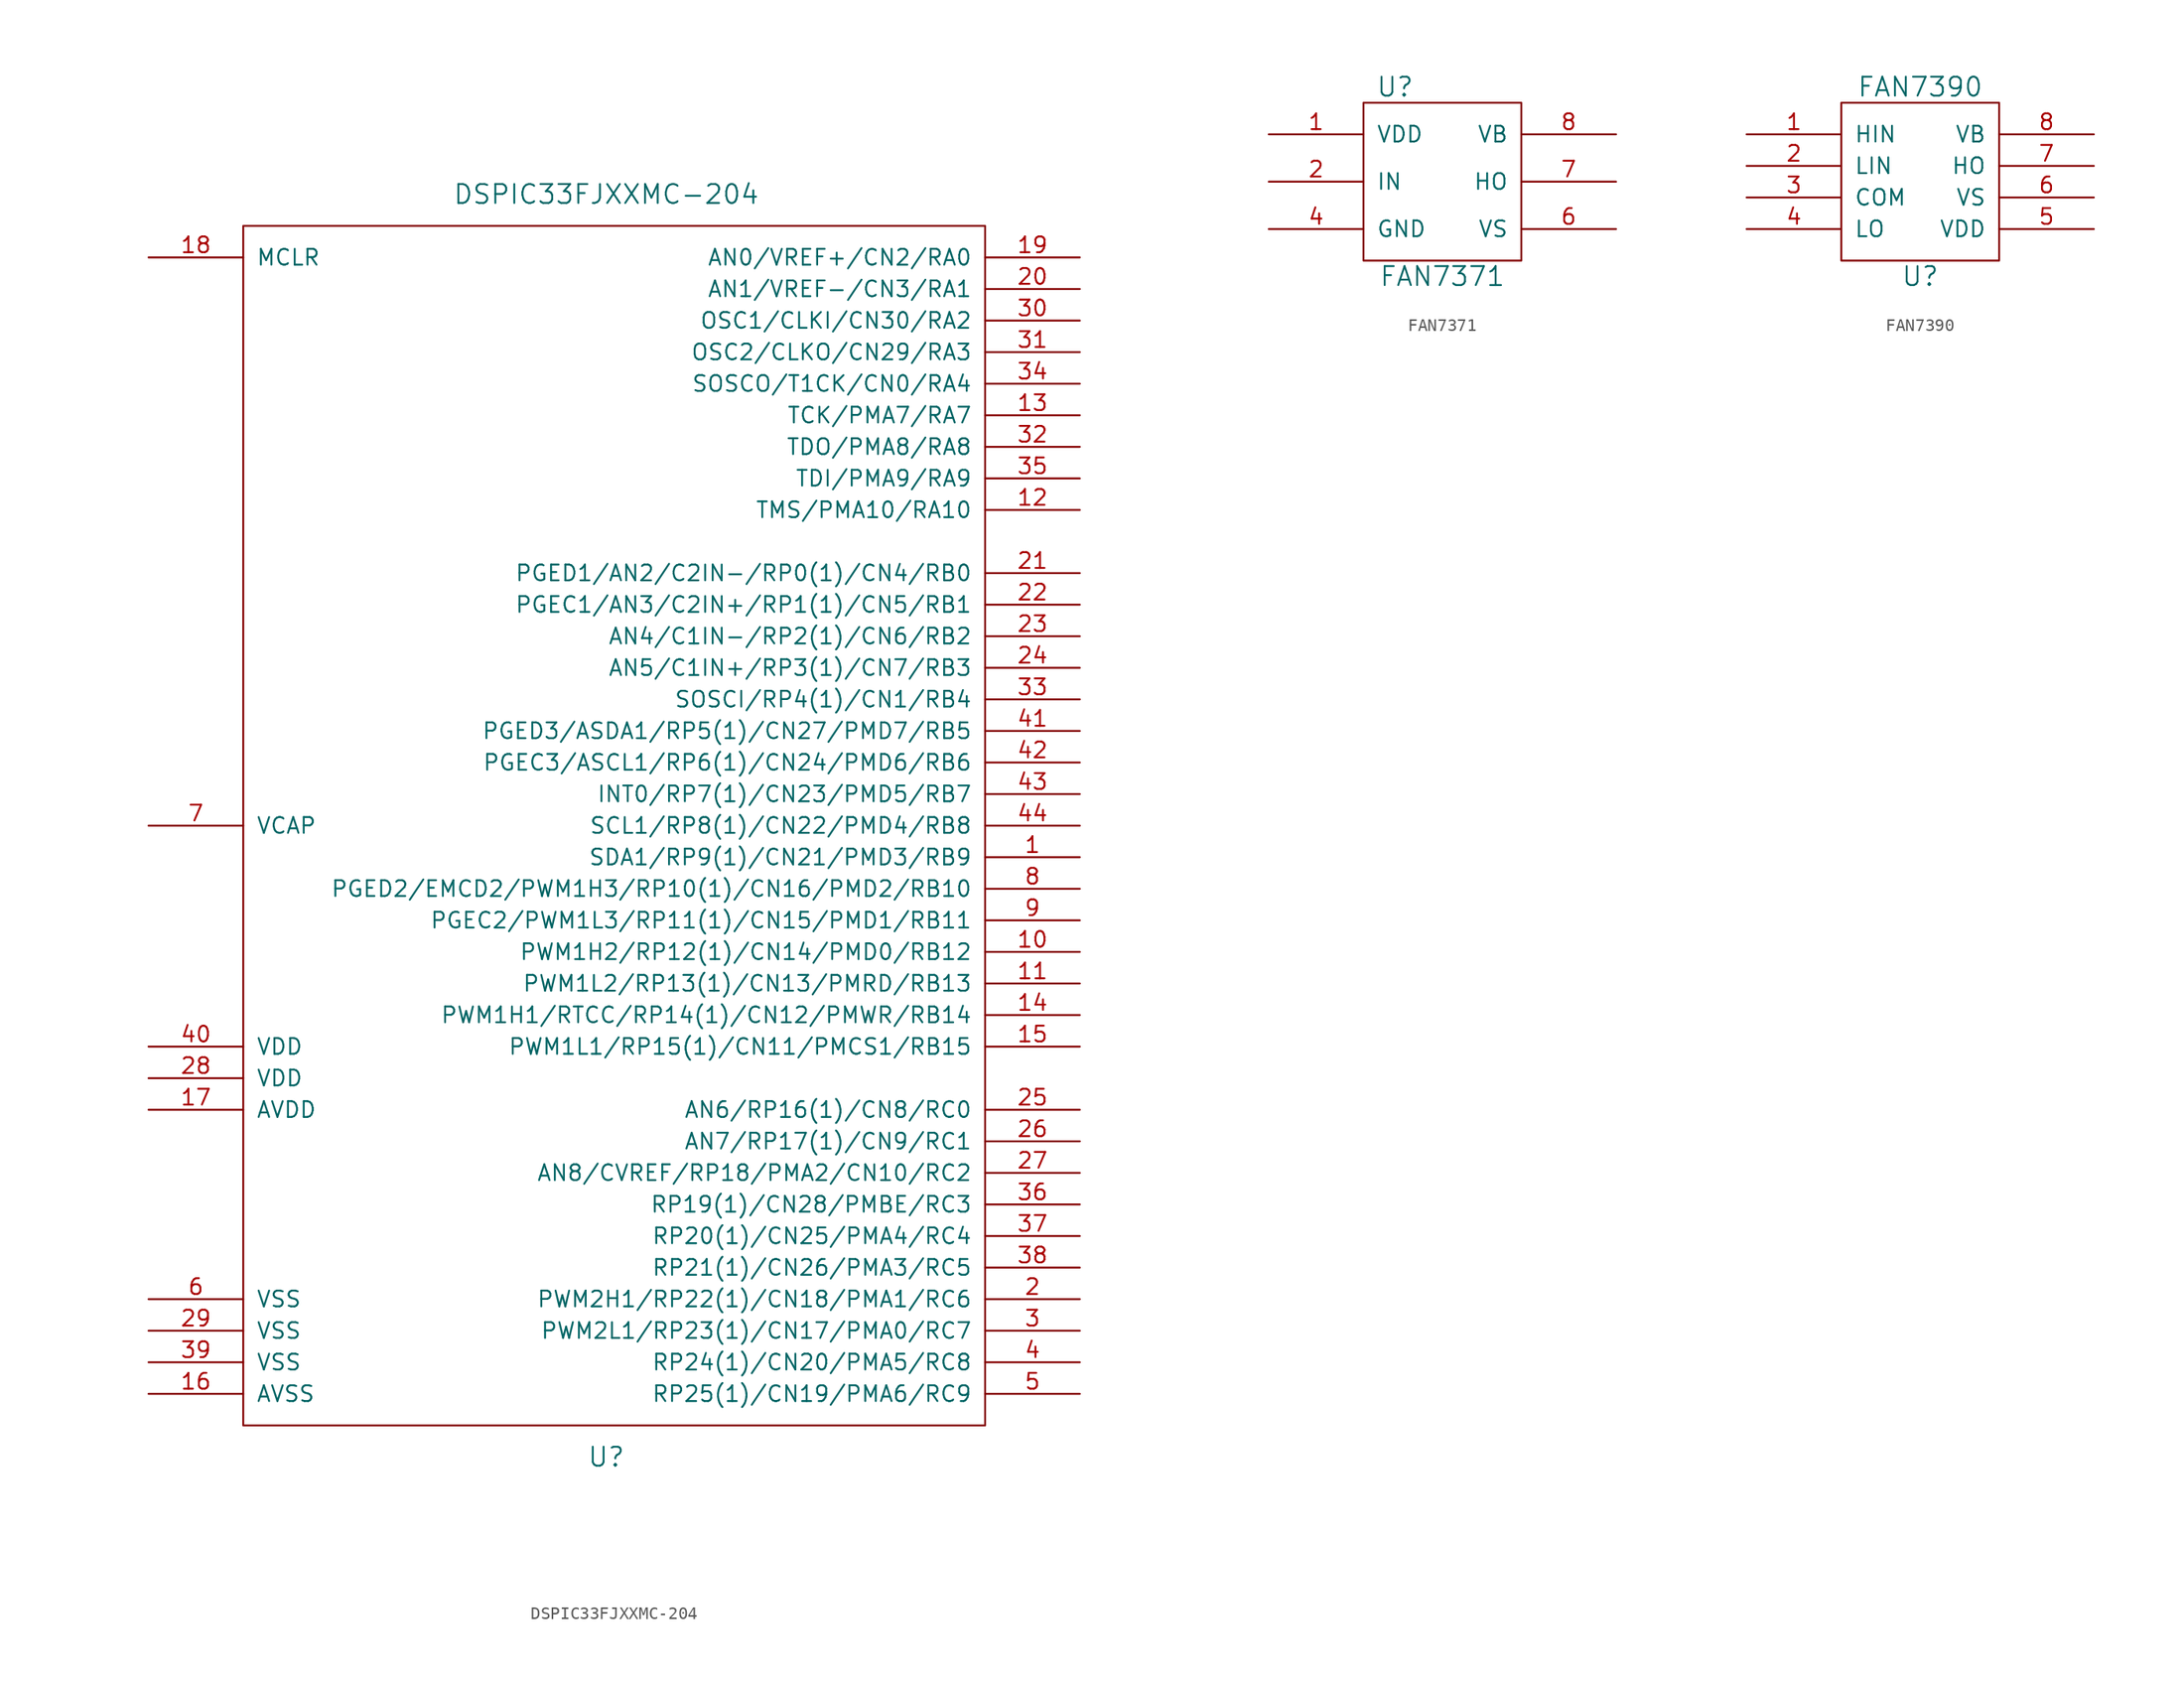
<source format=kicad_sym>
(kicad_symbol_lib
  (version 20220914)
  (generator kicad_symbol_editor)
  (symbol "DSPIC33FJXXMC-204"
    (pin_names
      (offset 1.016))
    (property "Reference" "U"
      (at -1.27 -50.8 0)
      (effects (font (size 1.524 1.524))))
    (property "Value" "DSPIC33FJXXMC-204"
      (at -1.27 50.8 0)
      (effects (font (size 1.524 1.524))))
    (property "Footprint" ""
      (at 0 0 0)
      (effects (font (size 1.524 1.524))))
    (property "Datasheet" ""
      (at 0 0 0)
      (effects (font (size 1.524 1.524))))
    (symbol "DSPIC33FJXXMC-204_0_1"
      (rectangle (start -30.48 48.26) (end 29.21 -48.26) (stroke (width 0) (type solid)) (fill (type none))))
    (symbol "DSPIC33FJXXMC-204_1_1"
      (pin bidirectional line (at 36.83 -2.54 180) (length 7.62) (name "SDA1/RP9(1)/CN21/PMD3/RB9" (effects (font (size 1.27 1.27)))) (number "1" (effects (font (size 1.27 1.27)))))
      (pin bidirectional line (at 36.83 -10.16 180) (length 7.62) (name "PWM1H2/RP12(1)/CN14/PMD0/RB12" (effects (font (size 1.27 1.27)))) (number "10" (effects (font (size 1.27 1.27)))))
      (pin bidirectional line (at 36.83 -12.7 180) (length 7.62) (name "PWM1L2/RP13(1)/CN13/PMRD/RB13" (effects (font (size 1.27 1.27)))) (number "11" (effects (font (size 1.27 1.27)))))
      (pin bidirectional line (at 36.83 25.4 180) (length 7.62) (name "TMS/PMA10/RA10" (effects (font (size 1.27 1.27)))) (number "12" (effects (font (size 1.27 1.27)))))
      (pin bidirectional line (at 36.83 33.02 180) (length 7.62) (name "TCK/PMA7/RA7" (effects (font (size 1.27 1.27)))) (number "13" (effects (font (size 1.27 1.27)))))
      (pin bidirectional line (at 36.83 -15.24 180) (length 7.62) (name "PWM1H1/RTCC/RP14(1)/CN12/PMWR/RB14" (effects (font (size 1.27 1.27)))) (number "14" (effects (font (size 1.27 1.27)))))
      (pin bidirectional line (at 36.83 -17.78 180) (length 7.62) (name "PWM1L1/RP15(1)/CN11/PMCS1/RB15" (effects (font (size 1.27 1.27)))) (number "15" (effects (font (size 1.27 1.27)))))
      (pin power_in line (at -38.1 -45.72 0) (length 7.62) (name "AVSS" (effects (font (size 1.27 1.27)))) (number "16" (effects (font (size 1.27 1.27)))))
      (pin power_in line (at -38.1 -22.86 0) (length 7.62) (name "AVDD" (effects (font (size 1.27 1.27)))) (number "17" (effects (font (size 1.27 1.27)))))
      (pin input line (at -38.1 45.72 0) (length 7.62) (name "MCLR" (effects (font (size 1.27 1.27)))) (number "18" (effects (font (size 1.27 1.27)))))
      (pin bidirectional line (at 36.83 45.72 180) (length 7.62) (name "AN0/VREF+/CN2/RA0" (effects (font (size 1.27 1.27)))) (number "19" (effects (font (size 1.27 1.27)))))
      (pin bidirectional line (at 36.83 -38.1 180) (length 7.62) (name "PWM2H1/RP22(1)/CN18/PMA1/RC6" (effects (font (size 1.27 1.27)))) (number "2" (effects (font (size 1.27 1.27)))))
      (pin bidirectional line (at 36.83 43.18 180) (length 7.62) (name "AN1/VREF-/CN3/RA1" (effects (font (size 1.27 1.27)))) (number "20" (effects (font (size 1.27 1.27)))))
      (pin bidirectional line (at 36.83 20.32 180) (length 7.62) (name "PGED1/AN2/C2IN-/RP0(1)/CN4/RB0" (effects (font (size 1.27 1.27)))) (number "21" (effects (font (size 1.27 1.27)))))
      (pin bidirectional line (at 36.83 17.78 180) (length 7.62) (name "PGEC1/AN3/C2IN+/RP1(1)/CN5/RB1" (effects (font (size 1.27 1.27)))) (number "22" (effects (font (size 1.27 1.27)))))
      (pin bidirectional line (at 36.83 15.24 180) (length 7.62) (name "AN4/C1IN-/RP2(1)/CN6/RB2" (effects (font (size 1.27 1.27)))) (number "23" (effects (font (size 1.27 1.27)))))
      (pin bidirectional line (at 36.83 12.7 180) (length 7.62) (name "AN5/C1IN+/RP3(1)/CN7/RB3" (effects (font (size 1.27 1.27)))) (number "24" (effects (font (size 1.27 1.27)))))
      (pin bidirectional line (at 36.83 -22.86 180) (length 7.62) (name "AN6/RP16(1)/CN8/RC0" (effects (font (size 1.27 1.27)))) (number "25" (effects (font (size 1.27 1.27)))))
      (pin bidirectional line (at 36.83 -25.4 180) (length 7.62) (name "AN7/RP17(1)/CN9/RC1" (effects (font (size 1.27 1.27)))) (number "26" (effects (font (size 1.27 1.27)))))
      (pin bidirectional line (at 36.83 -27.94 180) (length 7.62) (name "AN8/CVREF/RP18/PMA2/CN10/RC2" (effects (font (size 1.27 1.27)))) (number "27" (effects (font (size 1.27 1.27)))))
      (pin power_in line (at -38.1 -20.32 0) (length 7.62) (name "VDD" (effects (font (size 1.27 1.27)))) (number "28" (effects (font (size 1.27 1.27)))))
      (pin power_in line (at -38.1 -40.64 0) (length 7.62) (name "VSS" (effects (font (size 1.27 1.27)))) (number "29" (effects (font (size 1.27 1.27)))))
      (pin bidirectional line (at 36.83 -40.64 180) (length 7.62) (name "PWM2L1/RP23(1)/CN17/PMA0/RC7" (effects (font (size 1.27 1.27)))) (number "3" (effects (font (size 1.27 1.27)))))
      (pin bidirectional line (at 36.83 40.64 180) (length 7.62) (name "OSC1/CLKI/CN30/RA2" (effects (font (size 1.27 1.27)))) (number "30" (effects (font (size 1.27 1.27)))))
      (pin bidirectional line (at 36.83 38.1 180) (length 7.62) (name "OSC2/CLKO/CN29/RA3" (effects (font (size 1.27 1.27)))) (number "31" (effects (font (size 1.27 1.27)))))
      (pin bidirectional line (at 36.83 30.48 180) (length 7.62) (name "TDO/PMA8/RA8" (effects (font (size 1.27 1.27)))) (number "32" (effects (font (size 1.27 1.27)))))
      (pin bidirectional line (at 36.83 10.16 180) (length 7.62) (name "SOSCI/RP4(1)/CN1/RB4" (effects (font (size 1.27 1.27)))) (number "33" (effects (font (size 1.27 1.27)))))
      (pin bidirectional line (at 36.83 35.56 180) (length 7.62) (name "SOSCO/T1CK/CN0/RA4" (effects (font (size 1.27 1.27)))) (number "34" (effects (font (size 1.27 1.27)))))
      (pin bidirectional line (at 36.83 27.94 180) (length 7.62) (name "TDI/PMA9/RA9" (effects (font (size 1.27 1.27)))) (number "35" (effects (font (size 1.27 1.27)))))
      (pin bidirectional line (at 36.83 -30.48 180) (length 7.62) (name "RP19(1)/CN28/PMBE/RC3" (effects (font (size 1.27 1.27)))) (number "36" (effects (font (size 1.27 1.27)))))
      (pin bidirectional line (at 36.83 -33.02 180) (length 7.62) (name "RP20(1)/CN25/PMA4/RC4" (effects (font (size 1.27 1.27)))) (number "37" (effects (font (size 1.27 1.27)))))
      (pin bidirectional line (at 36.83 -35.56 180) (length 7.62) (name "RP21(1)/CN26/PMA3/RC5" (effects (font (size 1.27 1.27)))) (number "38" (effects (font (size 1.27 1.27)))))
      (pin power_in line (at -38.1 -43.18 0) (length 7.62) (name "VSS" (effects (font (size 1.27 1.27)))) (number "39" (effects (font (size 1.27 1.27)))))
      (pin bidirectional line (at 36.83 -43.18 180) (length 7.62) (name "RP24(1)/CN20/PMA5/RC8" (effects (font (size 1.27 1.27)))) (number "4" (effects (font (size 1.27 1.27)))))
      (pin power_in line (at -38.1 -17.78 0) (length 7.62) (name "VDD" (effects (font (size 1.27 1.27)))) (number "40" (effects (font (size 1.27 1.27)))))
      (pin bidirectional line (at 36.83 7.62 180) (length 7.62) (name "PGED3/ASDA1/RP5(1)/CN27/PMD7/RB5" (effects (font (size 1.27 1.27)))) (number "41" (effects (font (size 1.27 1.27)))))
      (pin bidirectional line (at 36.83 5.08 180) (length 7.62) (name "PGEC3/ASCL1/RP6(1)/CN24/PMD6/RB6" (effects (font (size 1.27 1.27)))) (number "42" (effects (font (size 1.27 1.27)))))
      (pin bidirectional line (at 36.83 2.54 180) (length 7.62) (name "INT0/RP7(1)/CN23/PMD5/RB7" (effects (font (size 1.27 1.27)))) (number "43" (effects (font (size 1.27 1.27)))))
      (pin bidirectional line (at 36.83 0 180) (length 7.62) (name "SCL1/RP8(1)/CN22/PMD4/RB8" (effects (font (size 1.27 1.27)))) (number "44" (effects (font (size 1.27 1.27)))))
      (pin bidirectional line (at 36.83 -45.72 180) (length 7.62) (name "RP25(1)/CN19/PMA6/RC9" (effects (font (size 1.27 1.27)))) (number "5" (effects (font (size 1.27 1.27)))))
      (pin power_in line (at -38.1 -38.1 0) (length 7.62) (name "VSS" (effects (font (size 1.27 1.27)))) (number "6" (effects (font (size 1.27 1.27)))))
      (pin output line (at -38.1 0 0) (length 7.62) (name "VCAP" (effects (font (size 1.27 1.27)))) (number "7" (effects (font (size 1.27 1.27)))))
      (pin bidirectional line (at 36.83 -5.08 180) (length 7.62) (name "PGED2/EMCD2/PWM1H3/RP10(1)/CN16/PMD2/RB10" (effects (font (size 1.27 1.27)))) (number "8" (effects (font (size 1.27 1.27)))))
      (pin bidirectional line (at 36.83 -7.62 180) (length 7.62) (name "PGEC2/PWM1L3/RP11(1)/CN15/PMD1/RB11" (effects (font (size 1.27 1.27)))) (number "9" (effects (font (size 1.27 1.27)))))))
  (symbol "FAN7371"
    (pin_names
      (offset 1.016))
    (property "Reference" "U"
      (at -3.81 7.62 0)
      (effects (font (size 1.524 1.524))))
    (property "Value" "FAN7371"
      (at 0 -7.62 0)
      (effects (font (size 1.524 1.524))))
    (property "Footprint" ""
      (at 0 0 0)
      (effects (font (size 1.524 1.524))))
    (property "Datasheet" ""
      (at 0 0 0)
      (effects (font (size 1.524 1.524))))
    (symbol "FAN7371_0_1"
      (rectangle (start -6.35 6.35) (end 6.35 -6.35) (stroke (width 0) (type solid)) (fill (type none))))
    (symbol "FAN7371_1_1"
      (pin input line (at -13.97 3.81 0) (length 7.62) (name "VDD" (effects (font (size 1.27 1.27)))) (number "1" (effects (font (size 1.27 1.27)))))
      (pin input line (at -13.97 0 0) (length 7.62) (name "IN" (effects (font (size 1.27 1.27)))) (number "2" (effects (font (size 1.27 1.27)))))
      (pin input line (at -13.97 -3.81 0) (length 7.62) (name "GND" (effects (font (size 1.27 1.27)))) (number "4" (effects (font (size 1.27 1.27)))))
      (pin input line (at 13.97 -3.81 180) (length 7.62) (name "VS" (effects (font (size 1.27 1.27)))) (number "6" (effects (font (size 1.27 1.27)))))
      (pin input line (at 13.97 0 180) (length 7.62) (name "HO" (effects (font (size 1.27 1.27)))) (number "7" (effects (font (size 1.27 1.27)))))
      (pin input line (at 13.97 3.81 180) (length 7.62) (name "VB" (effects (font (size 1.27 1.27)))) (number "8" (effects (font (size 1.27 1.27)))))))
  (symbol "FAN7390"
    (pin_names
      (offset 1.016))
    (property "Reference" "U"
      (at 0 -7.62 0)
      (effects (font (size 1.524 1.524))))
    (property "Value" "FAN7390"
      (at 0 7.62 0)
      (effects (font (size 1.524 1.524))))
    (property "Footprint" ""
      (at 0 0 0)
      (effects (font (size 1.524 1.524))))
    (property "Datasheet" ""
      (at 0 0 0)
      (effects (font (size 1.524 1.524))))
    (symbol "FAN7390_0_1"
      (rectangle (start -6.35 6.35) (end 6.35 -6.35) (stroke (width 0) (type solid)) (fill (type none))))
    (symbol "FAN7390_1_1"
      (pin input line (at -13.97 3.81 0) (length 7.62) (name "HIN" (effects (font (size 1.27 1.27)))) (number "1" (effects (font (size 1.27 1.27)))))
      (pin input line (at -13.97 1.27 0) (length 7.62) (name "LIN" (effects (font (size 1.27 1.27)))) (number "2" (effects (font (size 1.27 1.27)))))
      (pin power_in line (at -13.97 -1.27 0) (length 7.62) (name "COM" (effects (font (size 1.27 1.27)))) (number "3" (effects (font (size 1.27 1.27)))))
      (pin output line (at -13.97 -3.81 0) (length 7.62) (name "LO" (effects (font (size 1.27 1.27)))) (number "4" (effects (font (size 1.27 1.27)))))
      (pin power_in line (at 13.97 -3.81 180) (length 7.62) (name "VDD" (effects (font (size 1.27 1.27)))) (number "5" (effects (font (size 1.27 1.27)))))
      (pin input line (at 13.97 -1.27 180) (length 7.62) (name "VS" (effects (font (size 1.27 1.27)))) (number "6" (effects (font (size 1.27 1.27)))))
      (pin output line (at 13.97 1.27 180) (length 7.62) (name "HO" (effects (font (size 1.27 1.27)))) (number "7" (effects (font (size 1.27 1.27)))))
      (pin output line (at 13.97 3.81 180) (length 7.62) (name "VB" (effects (font (size 1.27 1.27)))) (number "8" (effects (font (size 1.27 1.27))))))))
</source>
